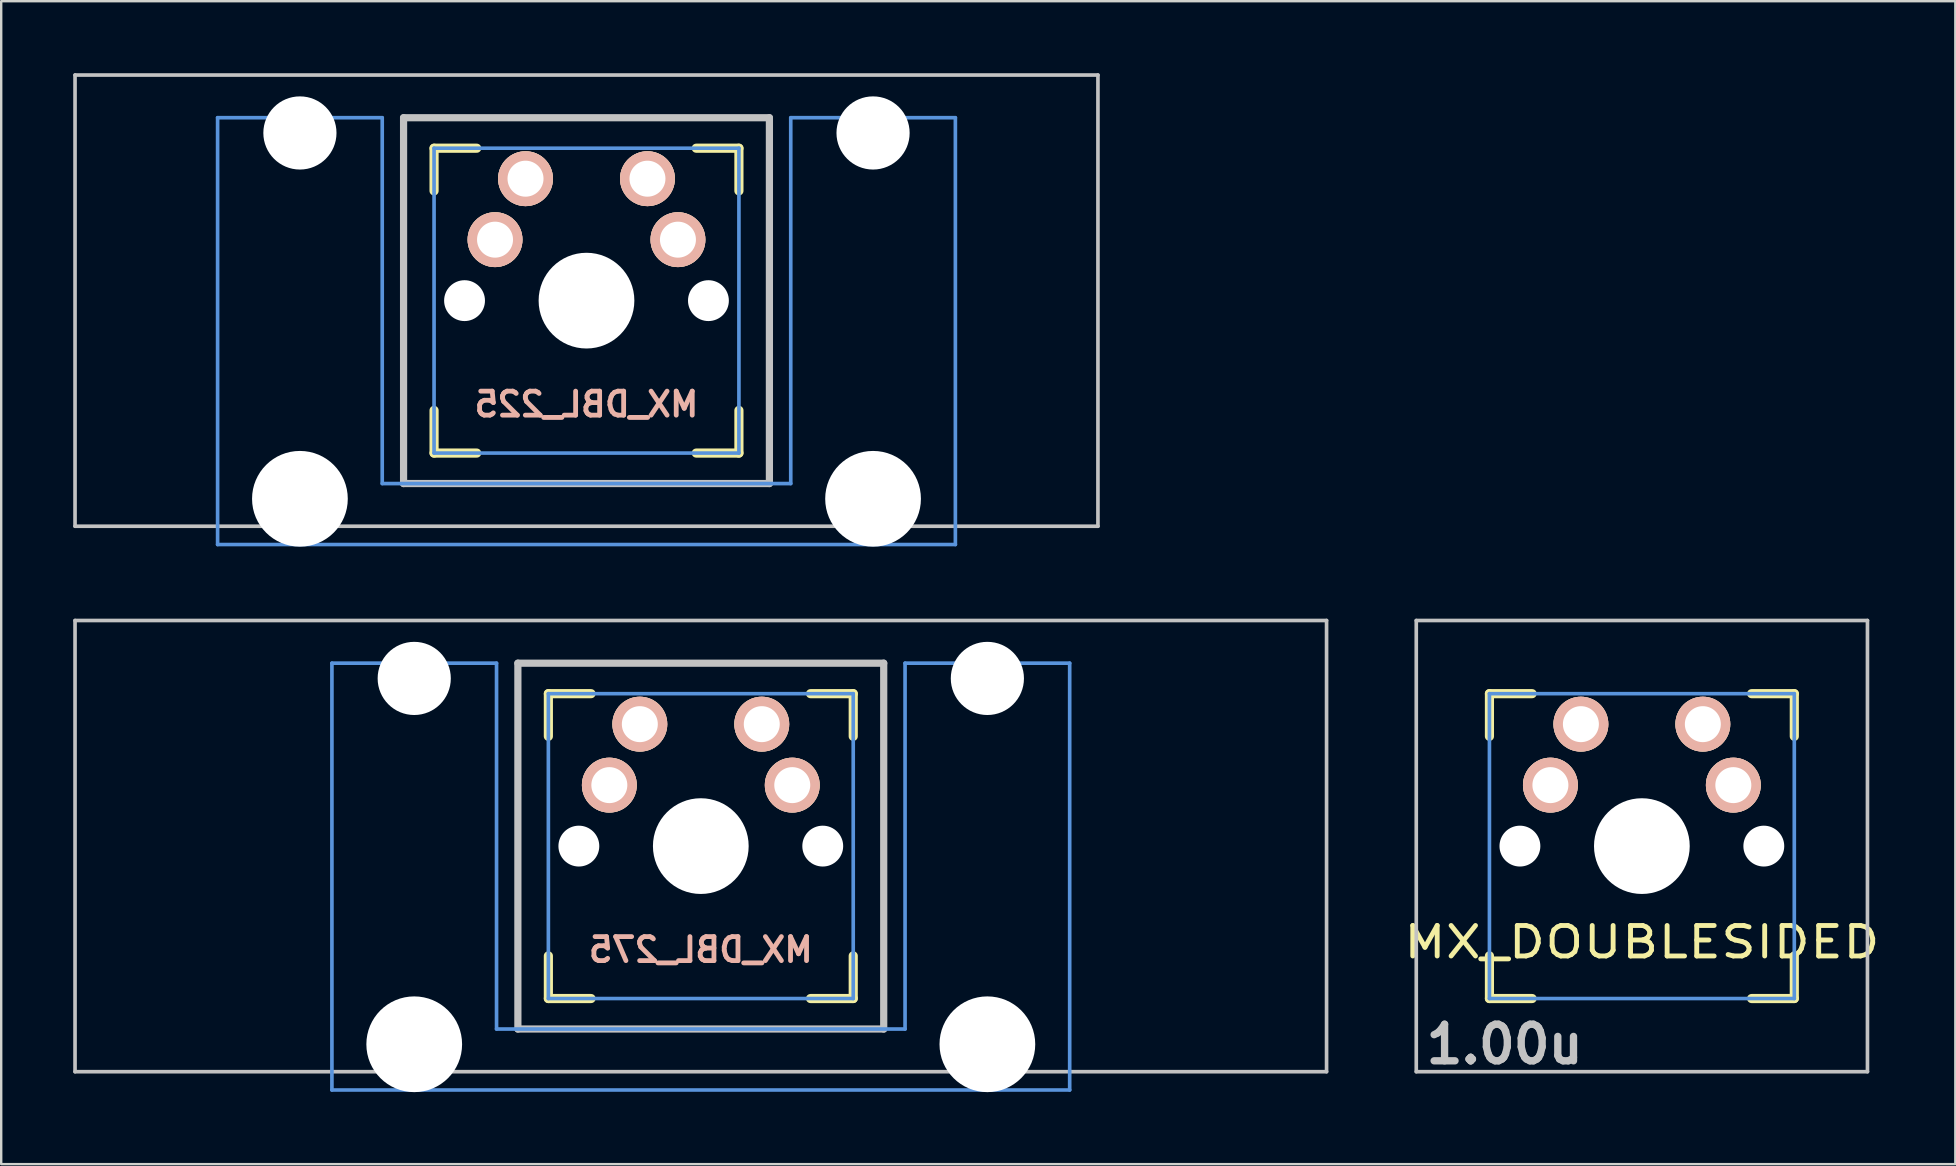
<source format=kicad_pcb>
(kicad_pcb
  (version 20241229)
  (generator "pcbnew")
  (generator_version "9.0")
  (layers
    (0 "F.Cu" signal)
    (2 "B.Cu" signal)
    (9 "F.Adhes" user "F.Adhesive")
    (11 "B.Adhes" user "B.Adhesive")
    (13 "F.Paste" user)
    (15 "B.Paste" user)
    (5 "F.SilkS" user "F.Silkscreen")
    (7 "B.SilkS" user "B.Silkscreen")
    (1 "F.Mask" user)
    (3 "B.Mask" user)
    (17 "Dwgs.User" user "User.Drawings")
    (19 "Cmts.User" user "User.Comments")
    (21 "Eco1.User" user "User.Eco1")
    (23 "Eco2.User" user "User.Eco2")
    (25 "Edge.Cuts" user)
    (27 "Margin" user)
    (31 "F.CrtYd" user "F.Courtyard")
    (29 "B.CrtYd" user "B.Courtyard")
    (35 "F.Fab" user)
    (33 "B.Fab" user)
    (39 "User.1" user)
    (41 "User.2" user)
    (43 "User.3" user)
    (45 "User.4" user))
  (footprint "MX_DBL_275"
    (layer "F.Cu")
    (at 26.144 32.197)
    (property "Reference" "MX_DBL_275" (at 0 4.318 0) (layer "B.SilkS") (effects (font (size 1 1) (thickness 0.2)) (justify mirror)))
    (attr through_hole)
    (fp_line (start -6.35 -6.35) (end -4.572 -6.35) (stroke (width 0.381) (type solid)) (layer "F.SilkS"))
    (fp_line (start -6.35 -4.572) (end -6.35 -6.35) (stroke (width 0.381) (type solid)) (layer "F.SilkS"))
    (fp_line (start -6.35 6.35) (end -6.35 4.572) (stroke (width 0.381) (type solid)) (layer "F.SilkS"))
    (fp_line (start -4.572 6.35) (end -6.35 6.35) (stroke (width 0.381) (type solid)) (layer "F.SilkS"))
    (fp_line (start 4.572 -6.35) (end 6.35 -6.35) (stroke (width 0.381) (type solid)) (layer "F.SilkS"))
    (fp_line (start 6.35 -6.35) (end 6.35 -4.572) (stroke (width 0.381) (type solid)) (layer "F.SilkS"))
    (fp_line (start 6.35 4.572) (end 6.35 6.35) (stroke (width 0.381) (type solid)) (layer "F.SilkS"))
    (fp_line (start 6.35 6.35) (end 4.572 6.35) (stroke (width 0.381) (type solid)) (layer "F.SilkS"))
    (fp_line (start -26.068 -9.398) (end 26.068 -9.398) (stroke (width 0.152) (type solid)) (layer "Dwgs.User"))
    (fp_line (start -26.068 9.398) (end -26.068 -9.398) (stroke (width 0.152) (type solid)) (layer "Dwgs.User"))
    (fp_line (start -7.62 -7.62) (end 7.62 -7.62) (stroke (width 0.3) (type solid)) (layer "Dwgs.User"))
    (fp_line (start -7.62 7.62) (end -7.62 -7.62) (stroke (width 0.3) (type solid)) (layer "Dwgs.User"))
    (fp_line (start 7.62 -7.62) (end 7.62 7.62) (stroke (width 0.3) (type solid)) (layer "Dwgs.User"))
    (fp_line (start 7.62 7.62) (end -7.62 7.62) (stroke (width 0.3) (type solid)) (layer "Dwgs.User"))
    (fp_line (start 26.068 -9.398) (end 26.068 9.398) (stroke (width 0.152) (type solid)) (layer "Dwgs.User"))
    (fp_line (start 26.068 9.398) (end -26.068 9.398) (stroke (width 0.152) (type solid)) (layer "Dwgs.User"))
    (fp_line (start -15.367 -7.62) (end -15.367 10.16) (stroke (width 0.152) (type solid)) (layer "Cmts.User"))
    (fp_line (start -15.367 10.16) (end 15.367 10.16) (stroke (width 0.152) (type solid)) (layer "Cmts.User"))
    (fp_line (start -8.509 -7.62) (end -15.367 -7.62) (stroke (width 0.152) (type solid)) (layer "Cmts.User"))
    (fp_line (start -8.509 7.62) (end -8.509 -7.62) (stroke (width 0.152) (type solid)) (layer "Cmts.User"))
    (fp_line (start -6.35 -6.35) (end 6.35 -6.35) (stroke (width 0.152) (type solid)) (layer "Cmts.User"))
    (fp_line (start -6.35 6.35) (end -6.35 -6.35) (stroke (width 0.152) (type solid)) (layer "Cmts.User"))
    (fp_line (start 6.35 -6.35) (end 6.35 6.35) (stroke (width 0.152) (type solid)) (layer "Cmts.User"))
    (fp_line (start 6.35 6.35) (end -6.35 6.35) (stroke (width 0.152) (type solid)) (layer "Cmts.User"))
    (fp_line (start 8.509 -7.62) (end 8.509 7.62) (stroke (width 0.152) (type solid)) (layer "Cmts.User"))
    (fp_line (start 8.509 7.62) (end -8.509 7.62) (stroke (width 0.152) (type solid)) (layer "Cmts.User"))
    (fp_line (start 15.367 -7.62) (end 8.509 -7.62) (stroke (width 0.152) (type solid)) (layer "Cmts.User"))
    (fp_line (start 15.367 10.16) (end 15.367 -7.62) (stroke (width 0.152) (type solid)) (layer "Cmts.User"))
    (fp_line (start -16.129 -2.286) (end -15.265 -2.286) (stroke (width 0.152) (type solid)) (layer "Eco2.User"))
    (fp_line (start -16.129 0.508) (end -16.129 -2.286) (stroke (width 0.152) (type solid)) (layer "Eco2.User"))
    (fp_line (start -15.265 -5.69) (end -8.611 -5.69) (stroke (width 0.152) (type solid)) (layer "Eco2.User"))
    (fp_line (start -15.265 -2.286) (end -15.265 -5.69) (stroke (width 0.152) (type solid)) (layer "Eco2.User"))
    (fp_line (start -15.265 0.508) (end -16.129 0.508) (stroke (width 0.152) (type solid)) (layer "Eco2.User"))
    (fp_line (start -15.265 6.604) (end -15.265 0.508) (stroke (width 0.152) (type solid)) (layer "Eco2.User"))
    (fp_line (start -14.224 6.604) (end -15.265 6.604) (stroke (width 0.152) (type solid)) (layer "Eco2.User"))
    (fp_line (start -14.224 7.772) (end -14.224 6.604) (stroke (width 0.152) (type solid)) (layer "Eco2.User"))
    (fp_line (start -9.652 6.604) (end -9.652 7.772) (stroke (width 0.152) (type solid)) (layer "Eco2.User"))
    (fp_line (start -9.652 7.772) (end -14.224 7.772) (stroke (width 0.152) (type solid)) (layer "Eco2.User"))
    (fp_line (start -8.611 -5.69) (end -8.611 -4.877) (stroke (width 0.152) (type solid)) (layer "Eco2.User"))
    (fp_line (start -8.611 -4.877) (end -6.985 -4.877) (stroke (width 0.152) (type solid)) (layer "Eco2.User"))
    (fp_line (start -8.611 5.817) (end -8.611 6.604) (stroke (width 0.152) (type solid)) (layer "Eco2.User"))
    (fp_line (start -8.611 6.604) (end -9.652 6.604) (stroke (width 0.152) (type solid)) (layer "Eco2.User"))
    (fp_line (start -6.985 -6.985) (end 6.985 -6.985) (stroke (width 0.152) (type solid)) (layer "Eco2.User"))
    (fp_line (start -6.985 -4.877) (end -6.985 -6.985) (stroke (width 0.152) (type solid)) (layer "Eco2.User"))
    (fp_line (start -6.985 5.817) (end -8.611 5.817) (stroke (width 0.152) (type solid)) (layer "Eco2.User"))
    (fp_line (start -6.985 6.985) (end -6.985 5.817) (stroke (width 0.152) (type solid)) (layer "Eco2.User"))
    (fp_line (start 6.985 -6.985) (end 6.985 -4.877) (stroke (width 0.152) (type solid)) (layer "Eco2.User"))
    (fp_line (start 6.985 -4.877) (end 8.611 -4.877) (stroke (width 0.152) (type solid)) (layer "Eco2.User"))
    (fp_line (start 6.985 5.817) (end 6.985 6.985) (stroke (width 0.152) (type solid)) (layer "Eco2.User"))
    (fp_line (start 6.985 6.985) (end -6.985 6.985) (stroke (width 0.152) (type solid)) (layer "Eco2.User"))
    (fp_line (start 8.611 -5.69) (end 15.265 -5.69) (stroke (width 0.152) (type solid)) (layer "Eco2.User"))
    (fp_line (start 8.611 -4.877) (end 8.611 -5.69) (stroke (width 0.152) (type solid)) (layer "Eco2.User"))
    (fp_line (start 8.611 5.817) (end 6.985 5.817) (stroke (width 0.152) (type solid)) (layer "Eco2.User"))
    (fp_line (start 8.611 6.604) (end 8.611 5.817) (stroke (width 0.152) (type solid)) (layer "Eco2.User"))
    (fp_line (start 9.652 6.604) (end 8.611 6.604) (stroke (width 0.152) (type solid)) (layer "Eco2.User"))
    (fp_line (start 9.652 7.772) (end 9.652 6.604) (stroke (width 0.152) (type solid)) (layer "Eco2.User"))
    (fp_line (start 14.224 6.604) (end 14.224 7.772) (stroke (width 0.152) (type solid)) (layer "Eco2.User"))
    (fp_line (start 14.224 7.772) (end 9.652 7.772) (stroke (width 0.152) (type solid)) (layer "Eco2.User"))
    (fp_line (start 15.265 -5.69) (end 15.265 -2.286) (stroke (width 0.152) (type solid)) (layer "Eco2.User"))
    (fp_line (start 15.265 -2.286) (end 16.129 -2.286) (stroke (width 0.152) (type solid)) (layer "Eco2.User"))
    (fp_line (start 15.265 0.508) (end 15.265 6.604) (stroke (width 0.152) (type solid)) (layer "Eco2.User"))
    (fp_line (start 15.265 6.604) (end 14.224 6.604) (stroke (width 0.152) (type solid)) (layer "Eco2.User"))
    (fp_line (start 16.129 -2.286) (end 16.129 0.508) (stroke (width 0.152) (type solid)) (layer "Eco2.User"))
    (fp_line (start 16.129 0.508) (end 15.265 0.508) (stroke (width 0.152) (type solid)) (layer "Eco2.User"))
    (pad "" np_thru_hole circle (at -11.938 -6.985) (size 3.048 3.048) (drill 3.048) (layers "*.Cu"))
    (pad "" np_thru_hole circle (at -11.938 8.255) (size 3.988 3.988) (drill 3.988) (layers "*.Cu"))
    (pad "" np_thru_hole circle (at -5.08 0) (size 1.702 1.702) (drill 1.702) (layers "*.Cu"))
    (pad "" np_thru_hole circle (at 0 0) (size 3.988 3.988) (drill 3.988) (layers "*.Cu"))
    (pad "" np_thru_hole circle (at 5.08 0) (size 1.702 1.702) (drill 1.702) (layers "*.Cu"))
    (pad "" np_thru_hole circle (at 11.938 -6.985) (size 3.048 3.048) (drill 3.048) (layers "*.Cu"))
    (pad "" np_thru_hole circle (at 11.938 8.255) (size 3.988 3.988) (drill 3.988) (layers "*.Cu"))
    (pad "1" thru_hole circle (at -2.54 -5.08) (size 2.286 2.286) (drill 1.499) (layers "*.Cu" "*.SilkS" "*.Mask"))
    (pad "1" thru_hole circle (at 2.54 -5.08) (size 2.286 2.286) (drill 1.499) (layers "*.Cu" "*.SilkS" "*.Mask"))
    (pad "2" thru_hole circle (at -3.81 -2.54) (size 2.286 2.286) (drill 1.499) (layers "*.Cu" "*.SilkS" "*.Mask"))
    (pad "2" thru_hole circle (at 3.81 -2.54) (size 2.286 2.286) (drill 1.499) (layers "*.Cu" "*.SilkS" "*.Mask")))
  (footprint "MX_DBL_225"
    (layer "F.Cu")
    (at 21.382 9.474)
    (property "Reference" "MX_DBL_225" (at 0 4.318 0) (layer "B.SilkS") (effects (font (size 1 1) (thickness 0.2)) (justify mirror)))
    (attr through_hole)
    (fp_line (start -6.35 -6.35) (end -4.572 -6.35) (stroke (width 0.381) (type solid)) (layer "F.SilkS"))
    (fp_line (start -6.35 -4.572) (end -6.35 -6.35) (stroke (width 0.381) (type solid)) (layer "F.SilkS"))
    (fp_line (start -6.35 6.35) (end -6.35 4.572) (stroke (width 0.381) (type solid)) (layer "F.SilkS"))
    (fp_line (start -4.572 6.35) (end -6.35 6.35) (stroke (width 0.381) (type solid)) (layer "F.SilkS"))
    (fp_line (start 4.572 -6.35) (end 6.35 -6.35) (stroke (width 0.381) (type solid)) (layer "F.SilkS"))
    (fp_line (start 6.35 -6.35) (end 6.35 -4.572) (stroke (width 0.381) (type solid)) (layer "F.SilkS"))
    (fp_line (start 6.35 4.572) (end 6.35 6.35) (stroke (width 0.381) (type solid)) (layer "F.SilkS"))
    (fp_line (start 6.35 6.35) (end 4.572 6.35) (stroke (width 0.381) (type solid)) (layer "F.SilkS"))
    (fp_line (start -21.306 -9.398) (end 21.306 -9.398) (stroke (width 0.152) (type solid)) (layer "Dwgs.User"))
    (fp_line (start -21.306 9.398) (end -21.306 -9.398) (stroke (width 0.152) (type solid)) (layer "Dwgs.User"))
    (fp_line (start -7.62 -7.62) (end 7.62 -7.62) (stroke (width 0.3) (type solid)) (layer "Dwgs.User"))
    (fp_line (start -7.62 7.62) (end -7.62 -7.62) (stroke (width 0.3) (type solid)) (layer "Dwgs.User"))
    (fp_line (start 7.62 -7.62) (end 7.62 7.62) (stroke (width 0.3) (type solid)) (layer "Dwgs.User"))
    (fp_line (start 7.62 7.62) (end -7.62 7.62) (stroke (width 0.3) (type solid)) (layer "Dwgs.User"))
    (fp_line (start 21.306 -9.398) (end 21.306 9.398) (stroke (width 0.152) (type solid)) (layer "Dwgs.User"))
    (fp_line (start 21.306 9.398) (end -21.306 9.398) (stroke (width 0.152) (type solid)) (layer "Dwgs.User"))
    (fp_line (start -15.367 -7.62) (end -15.367 10.16) (stroke (width 0.152) (type solid)) (layer "Cmts.User"))
    (fp_line (start -15.367 10.16) (end 15.367 10.16) (stroke (width 0.152) (type solid)) (layer "Cmts.User"))
    (fp_line (start -8.509 -7.62) (end -15.367 -7.62) (stroke (width 0.152) (type solid)) (layer "Cmts.User"))
    (fp_line (start -8.509 7.62) (end -8.509 -7.62) (stroke (width 0.152) (type solid)) (layer "Cmts.User"))
    (fp_line (start -6.35 -6.35) (end 6.35 -6.35) (stroke (width 0.152) (type solid)) (layer "Cmts.User"))
    (fp_line (start -6.35 6.35) (end -6.35 -6.35) (stroke (width 0.152) (type solid)) (layer "Cmts.User"))
    (fp_line (start 6.35 -6.35) (end 6.35 6.35) (stroke (width 0.152) (type solid)) (layer "Cmts.User"))
    (fp_line (start 6.35 6.35) (end -6.35 6.35) (stroke (width 0.152) (type solid)) (layer "Cmts.User"))
    (fp_line (start 8.509 -7.62) (end 8.509 7.62) (stroke (width 0.152) (type solid)) (layer "Cmts.User"))
    (fp_line (start 8.509 7.62) (end -8.509 7.62) (stroke (width 0.152) (type solid)) (layer "Cmts.User"))
    (fp_line (start 15.367 -7.62) (end 8.509 -7.62) (stroke (width 0.152) (type solid)) (layer "Cmts.User"))
    (fp_line (start 15.367 10.16) (end 15.367 -7.62) (stroke (width 0.152) (type solid)) (layer "Cmts.User"))
    (fp_line (start -16.129 -2.286) (end -15.265 -2.286) (stroke (width 0.152) (type solid)) (layer "Eco2.User"))
    (fp_line (start -16.129 0.508) (end -16.129 -2.286) (stroke (width 0.152) (type solid)) (layer "Eco2.User"))
    (fp_line (start -15.265 -5.69) (end -8.611 -5.69) (stroke (width 0.152) (type solid)) (layer "Eco2.User"))
    (fp_line (start -15.265 -2.286) (end -15.265 -5.69) (stroke (width 0.152) (type solid)) (layer "Eco2.User"))
    (fp_line (start -15.265 0.508) (end -16.129 0.508) (stroke (width 0.152) (type solid)) (layer "Eco2.User"))
    (fp_line (start -15.265 6.604) (end -15.265 0.508) (stroke (width 0.152) (type solid)) (layer "Eco2.User"))
    (fp_line (start -14.224 6.604) (end -15.265 6.604) (stroke (width 0.152) (type solid)) (layer "Eco2.User"))
    (fp_line (start -14.224 7.772) (end -14.224 6.604) (stroke (width 0.152) (type solid)) (layer "Eco2.User"))
    (fp_line (start -9.652 6.604) (end -9.652 7.772) (stroke (width 0.152) (type solid)) (layer "Eco2.User"))
    (fp_line (start -9.652 7.772) (end -14.224 7.772) (stroke (width 0.152) (type solid)) (layer "Eco2.User"))
    (fp_line (start -8.611 -5.69) (end -8.611 -4.877) (stroke (width 0.152) (type solid)) (layer "Eco2.User"))
    (fp_line (start -8.611 -4.877) (end -6.985 -4.877) (stroke (width 0.152) (type solid)) (layer "Eco2.User"))
    (fp_line (start -8.611 5.817) (end -8.611 6.604) (stroke (width 0.152) (type solid)) (layer "Eco2.User"))
    (fp_line (start -8.611 6.604) (end -9.652 6.604) (stroke (width 0.152) (type solid)) (layer "Eco2.User"))
    (fp_line (start -6.985 -6.985) (end 6.985 -6.985) (stroke (width 0.152) (type solid)) (layer "Eco2.User"))
    (fp_line (start -6.985 -4.877) (end -6.985 -6.985) (stroke (width 0.152) (type solid)) (layer "Eco2.User"))
    (fp_line (start -6.985 5.817) (end -8.611 5.817) (stroke (width 0.152) (type solid)) (layer "Eco2.User"))
    (fp_line (start -6.985 6.985) (end -6.985 5.817) (stroke (width 0.152) (type solid)) (layer "Eco2.User"))
    (fp_line (start 6.985 -6.985) (end 6.985 -4.877) (stroke (width 0.152) (type solid)) (layer "Eco2.User"))
    (fp_line (start 6.985 -4.877) (end 8.611 -4.877) (stroke (width 0.152) (type solid)) (layer "Eco2.User"))
    (fp_line (start 6.985 5.817) (end 6.985 6.985) (stroke (width 0.152) (type solid)) (layer "Eco2.User"))
    (fp_line (start 6.985 6.985) (end -6.985 6.985) (stroke (width 0.152) (type solid)) (layer "Eco2.User"))
    (fp_line (start 8.611 -5.69) (end 15.265 -5.69) (stroke (width 0.152) (type solid)) (layer "Eco2.User"))
    (fp_line (start 8.611 -4.877) (end 8.611 -5.69) (stroke (width 0.152) (type solid)) (layer "Eco2.User"))
    (fp_line (start 8.611 5.817) (end 6.985 5.817) (stroke (width 0.152) (type solid)) (layer "Eco2.User"))
    (fp_line (start 8.611 6.604) (end 8.611 5.817) (stroke (width 0.152) (type solid)) (layer "Eco2.User"))
    (fp_line (start 9.652 6.604) (end 8.611 6.604) (stroke (width 0.152) (type solid)) (layer "Eco2.User"))
    (fp_line (start 9.652 7.772) (end 9.652 6.604) (stroke (width 0.152) (type solid)) (layer "Eco2.User"))
    (fp_line (start 14.224 6.604) (end 14.224 7.772) (stroke (width 0.152) (type solid)) (layer "Eco2.User"))
    (fp_line (start 14.224 7.772) (end 9.652 7.772) (stroke (width 0.152) (type solid)) (layer "Eco2.User"))
    (fp_line (start 15.265 -5.69) (end 15.265 -2.286) (stroke (width 0.152) (type solid)) (layer "Eco2.User"))
    (fp_line (start 15.265 -2.286) (end 16.129 -2.286) (stroke (width 0.152) (type solid)) (layer "Eco2.User"))
    (fp_line (start 15.265 0.508) (end 15.265 6.604) (stroke (width 0.152) (type solid)) (layer "Eco2.User"))
    (fp_line (start 15.265 6.604) (end 14.224 6.604) (stroke (width 0.152) (type solid)) (layer "Eco2.User"))
    (fp_line (start 16.129 -2.286) (end 16.129 0.508) (stroke (width 0.152) (type solid)) (layer "Eco2.User"))
    (fp_line (start 16.129 0.508) (end 15.265 0.508) (stroke (width 0.152) (type solid)) (layer "Eco2.User"))
    (pad "" np_thru_hole circle (at -11.938 -6.985) (size 3.048 3.048) (drill 3.048) (layers "*.Cu"))
    (pad "" np_thru_hole circle (at -11.938 8.255) (size 3.988 3.988) (drill 3.988) (layers "*.Cu"))
    (pad "" np_thru_hole circle (at -5.08 0) (size 1.702 1.702) (drill 1.702) (layers "*.Cu"))
    (pad "" np_thru_hole circle (at 0 0) (size 3.988 3.988) (drill 3.988) (layers "*.Cu"))
    (pad "" np_thru_hole circle (at 5.08 0) (size 1.702 1.702) (drill 1.702) (layers "*.Cu"))
    (pad "" np_thru_hole circle (at 11.938 -6.985) (size 3.048 3.048) (drill 3.048) (layers "*.Cu"))
    (pad "" np_thru_hole circle (at 11.938 8.255) (size 3.988 3.988) (drill 3.988) (layers "*.Cu"))
    (pad "1" thru_hole circle (at -2.54 -5.08) (size 2.286 2.286) (drill 1.499) (layers "*.Cu" "*.SilkS" "*.Mask"))
    (pad "1" thru_hole circle (at 2.54 -5.08) (size 2.286 2.286) (drill 1.499) (layers "*.Cu" "*.SilkS" "*.Mask"))
    (pad "2" thru_hole circle (at -3.81 -2.54) (size 2.286 2.286) (drill 1.499) (layers "*.Cu" "*.SilkS" "*.Mask"))
    (pad "2" thru_hole circle (at 3.81 -2.54) (size 2.286 2.286) (drill 1.499) (layers "*.Cu" "*.SilkS" "*.Mask")))
  (footprint "MX_DOUBLESIDED"
    (layer "F.Cu")
    (at 65.347 32.197)
    (property "Reference" "MX_DOUBLESIDED" (at 0 4 0) (layer "F.SilkS") (effects (font (size 1.27 1.524) (thickness 0.203))))
    (attr through_hole)
    (fp_line (start -6.35 -6.35) (end -4.572 -6.35) (stroke (width 0.381) (type solid)) (layer "F.SilkS"))
    (fp_line (start -6.35 -4.572) (end -6.35 -6.35) (stroke (width 0.381) (type solid)) (layer "F.SilkS"))
    (fp_line (start -6.35 6.35) (end -6.35 4.572) (stroke (width 0.381) (type solid)) (layer "F.SilkS"))
    (fp_line (start -4.572 6.35) (end -6.35 6.35) (stroke (width 0.381) (type solid)) (layer "F.SilkS"))
    (fp_line (start 4.572 -6.35) (end 6.35 -6.35) (stroke (width 0.381) (type solid)) (layer "F.SilkS"))
    (fp_line (start 6.35 -6.35) (end 6.35 -4.572) (stroke (width 0.381) (type solid)) (layer "F.SilkS"))
    (fp_line (start 6.35 4.572) (end 6.35 6.35) (stroke (width 0.381) (type solid)) (layer "F.SilkS"))
    (fp_line (start 6.35 6.35) (end 4.572 6.35) (stroke (width 0.381) (type solid)) (layer "F.SilkS"))
    (fp_line (start -9.398 -9.398) (end 9.398 -9.398) (stroke (width 0.152) (type solid)) (layer "Dwgs.User"))
    (fp_line (start -9.398 9.398) (end -9.398 -9.398) (stroke (width 0.152) (type solid)) (layer "Dwgs.User"))
    (fp_line (start 9.398 -9.398) (end 9.398 9.398) (stroke (width 0.152) (type solid)) (layer "Dwgs.User"))
    (fp_line (start 9.398 9.398) (end -9.398 9.398) (stroke (width 0.152) (type solid)) (layer "Dwgs.User"))
    (fp_line (start -6.35 -6.35) (end 6.35 -6.35) (stroke (width 0.152) (type solid)) (layer "Cmts.User"))
    (fp_line (start -6.35 6.35) (end -6.35 -6.35) (stroke (width 0.152) (type solid)) (layer "Cmts.User"))
    (fp_line (start 6.35 -6.35) (end 6.35 6.35) (stroke (width 0.152) (type solid)) (layer "Cmts.User"))
    (fp_line (start 6.35 6.35) (end -6.35 6.35) (stroke (width 0.152) (type solid)) (layer "Cmts.User"))
    (fp_line (start -6.985 -6.985) (end 6.985 -6.985) (stroke (width 0.152) (type solid)) (layer "Eco2.User"))
    (fp_line (start -6.985 6.985) (end -6.985 -6.985) (stroke (width 0.152) (type solid)) (layer "Eco2.User"))
    (fp_line (start 6.985 -6.985) (end 6.985 6.985) (stroke (width 0.152) (type solid)) (layer "Eco2.User"))
    (fp_line (start 6.985 6.985) (end -6.985 6.985) (stroke (width 0.152) (type solid)) (layer "Eco2.User"))
    (fp_text user "1.00u" (at -5.715 8.255 0) (layer "Dwgs.User") (effects (font (size 1.524 1.524) (thickness 0.305))))
    (pad "" np_thru_hole circle (at -5.08 0) (size 1.702 1.702) (drill 1.702) (layers "*.Cu" "*.Mask"))
    (pad "" np_thru_hole circle (at 0 0) (size 3.988 3.988) (drill 3.988) (layers "*.Cu"))
    (pad "" np_thru_hole circle (at 5.08 0) (size 1.702 1.702) (drill 1.702) (layers "*.Cu" "*.Mask"))
    (pad "1" thru_hole circle (at -2.54 -5.08) (size 2.286 2.286) (drill 1.499) (layers "*.Cu" "*.SilkS" "*.Mask"))
    (pad "1" thru_hole circle (at 2.54 -5.08) (size 2.286 2.286) (drill 1.499) (layers "*.Cu" "*.SilkS" "*.Mask"))
    (pad "2" thru_hole circle (at -3.81 -2.54) (size 2.286 2.286) (drill 1.499) (layers "*.Cu" "*.SilkS" "*.Mask"))
    (pad "2" thru_hole circle (at 3.81 -2.54) (size 2.286 2.286) (drill 1.499) (layers "*.Cu" "*.SilkS" "*.Mask")))
  (gr_rect
    (start -3 -3)
    (end 78.405 45.446)
    (stroke (width 0.1) (type default))
    (fill no)
    (layer "Edge.Cuts")))
</source>
